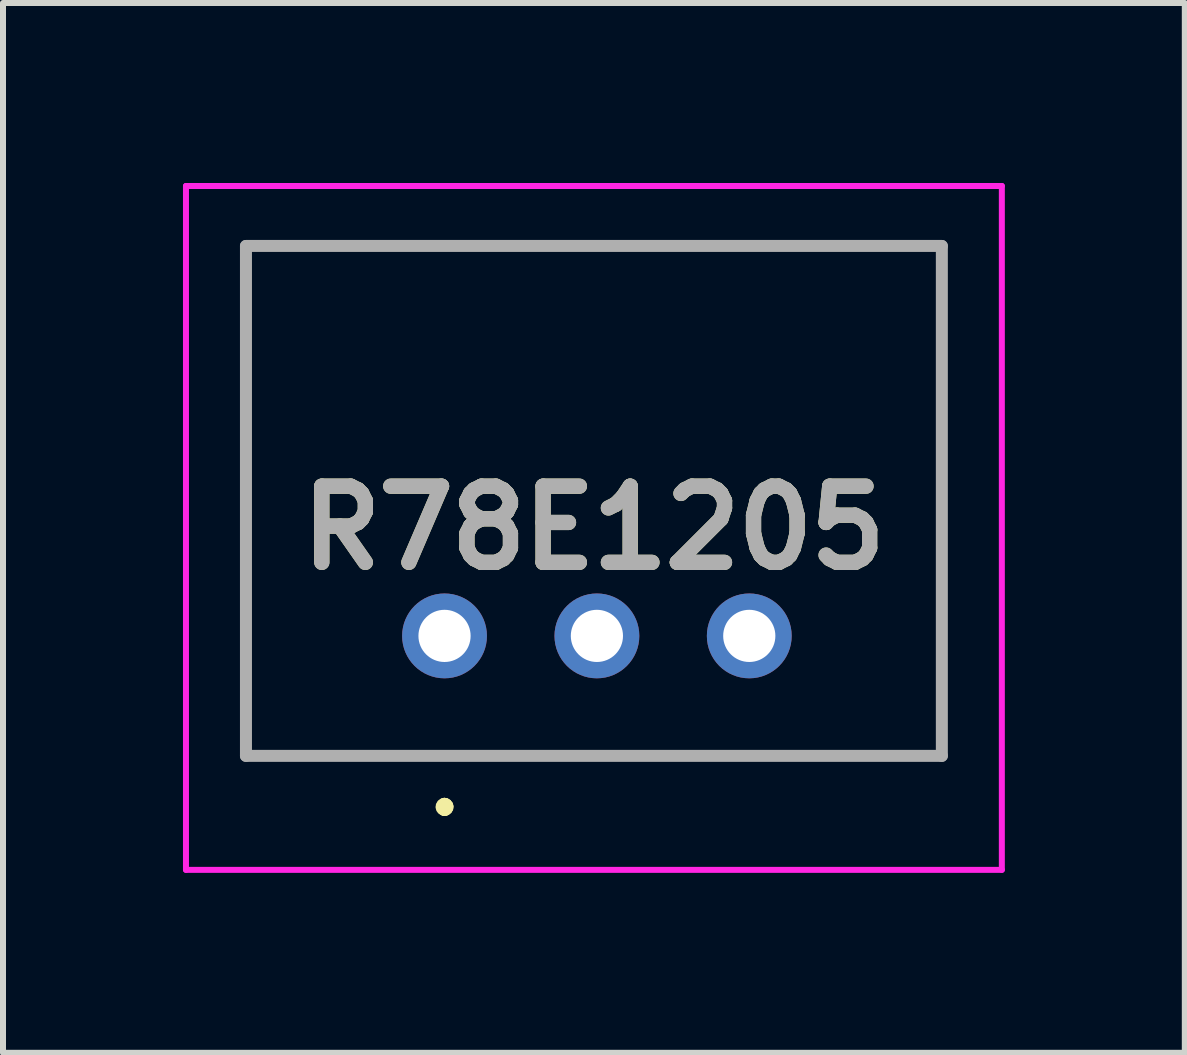
<source format=kicad_pcb>
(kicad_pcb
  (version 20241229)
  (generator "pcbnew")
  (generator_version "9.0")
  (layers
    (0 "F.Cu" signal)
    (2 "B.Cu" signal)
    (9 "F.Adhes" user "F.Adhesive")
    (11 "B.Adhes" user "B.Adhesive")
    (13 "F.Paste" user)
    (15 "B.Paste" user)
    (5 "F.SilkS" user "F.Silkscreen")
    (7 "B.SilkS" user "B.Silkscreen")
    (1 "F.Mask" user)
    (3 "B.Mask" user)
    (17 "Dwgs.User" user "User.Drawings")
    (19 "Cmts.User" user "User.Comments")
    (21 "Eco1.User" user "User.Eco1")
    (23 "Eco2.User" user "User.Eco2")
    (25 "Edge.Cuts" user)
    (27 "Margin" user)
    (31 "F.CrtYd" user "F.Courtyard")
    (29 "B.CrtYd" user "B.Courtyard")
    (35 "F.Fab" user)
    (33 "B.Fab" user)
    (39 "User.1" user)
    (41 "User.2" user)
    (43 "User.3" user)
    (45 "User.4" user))
  (footprint "R78E1205"
    (layer "F.Cu")
    (at 4.36 7.55)
    (property "Reference" "R78E1205" (at 2.49 -1.8 0) (layer "F.SilkS") (effects (font (size 1.27 1.27) (thickness 0.254))))
    (attr through_hole)
    (fp_line (start -3.31 -6.5) (end 8.29 -6.5) (stroke (width 0.1) (type solid)) (layer "F.SilkS"))
    (fp_line (start -3.31 2) (end -3.31 -6.5) (stroke (width 0.1) (type solid)) (layer "F.SilkS"))
    (fp_line (start 0 2.8) (end 0 2.8) (stroke (width 0.2) (type solid)) (layer "F.SilkS"))
    (fp_line (start 0 2.9) (end 0 2.9) (stroke (width 0.2) (type solid)) (layer "F.SilkS"))
    (fp_line (start 0 2.9) (end 0 2.9) (stroke (width 0.2) (type solid)) (layer "F.SilkS"))
    (fp_line (start 8.29 -6.5) (end 8.29 2) (stroke (width 0.1) (type solid)) (layer "F.SilkS"))
    (fp_line (start 8.29 2) (end -3.31 2) (stroke (width 0.1) (type solid)) (layer "F.SilkS"))
    (fp_arc (start 0 2.8) (mid 0.05 2.85) (end 0 2.9) (stroke (width 0.2) (type solid)) (layer "F.SilkS"))
    (fp_arc (start 0 2.8) (mid 0.05 2.85) (end 0 2.9) (stroke (width 0.2) (type solid)) (layer "F.SilkS"))
    (fp_arc (start 0 2.9) (mid -0.05 2.85) (end 0 2.8) (stroke (width 0.2) (type solid)) (layer "F.SilkS"))
    (fp_line (start -4.31 -7.5) (end 9.29 -7.5) (stroke (width 0.1) (type solid)) (layer "F.CrtYd"))
    (fp_line (start -4.31 3.9) (end -4.31 -7.5) (stroke (width 0.1) (type solid)) (layer "F.CrtYd"))
    (fp_line (start 9.29 -7.5) (end 9.29 3.9) (stroke (width 0.1) (type solid)) (layer "F.CrtYd"))
    (fp_line (start 9.29 3.9) (end -4.31 3.9) (stroke (width 0.1) (type solid)) (layer "F.CrtYd"))
    (fp_line (start -3.31 -6.5) (end -3.31 2) (stroke (width 0.2) (type solid)) (layer "F.Fab"))
    (fp_line (start -3.31 2) (end 8.29 2) (stroke (width 0.2) (type solid)) (layer "F.Fab"))
    (fp_line (start 8.29 -6.5) (end -3.31 -6.5) (stroke (width 0.2) (type solid)) (layer "F.Fab"))
    (fp_line (start 8.29 2) (end 8.29 -6.5) (stroke (width 0.2) (type solid)) (layer "F.Fab"))
    (fp_text user "${REFERENCE}" (at 2.49 -1.8 0) (layer "F.Fab") (effects (font (size 1.27 1.27) (thickness 0.254))))
    (pad "1" thru_hole circle (at 0 0) (size 1.414 1.414) (drill 0.87) (layers "*.Cu" "*.Mask"))
    (pad "2" thru_hole circle (at 2.54 0) (size 1.414 1.414) (drill 0.87) (layers "*.Cu" "*.Mask"))
    (pad "3" thru_hole circle (at 5.08 0) (size 1.414 1.414) (drill 0.87) (layers "*.Cu" "*.Mask")))
  (gr_rect
    (start -3 -3)
    (end 16.7 14.5)
    (stroke (width 0.1) (type default))
    (fill no)
    (layer "Edge.Cuts")))
</source>
